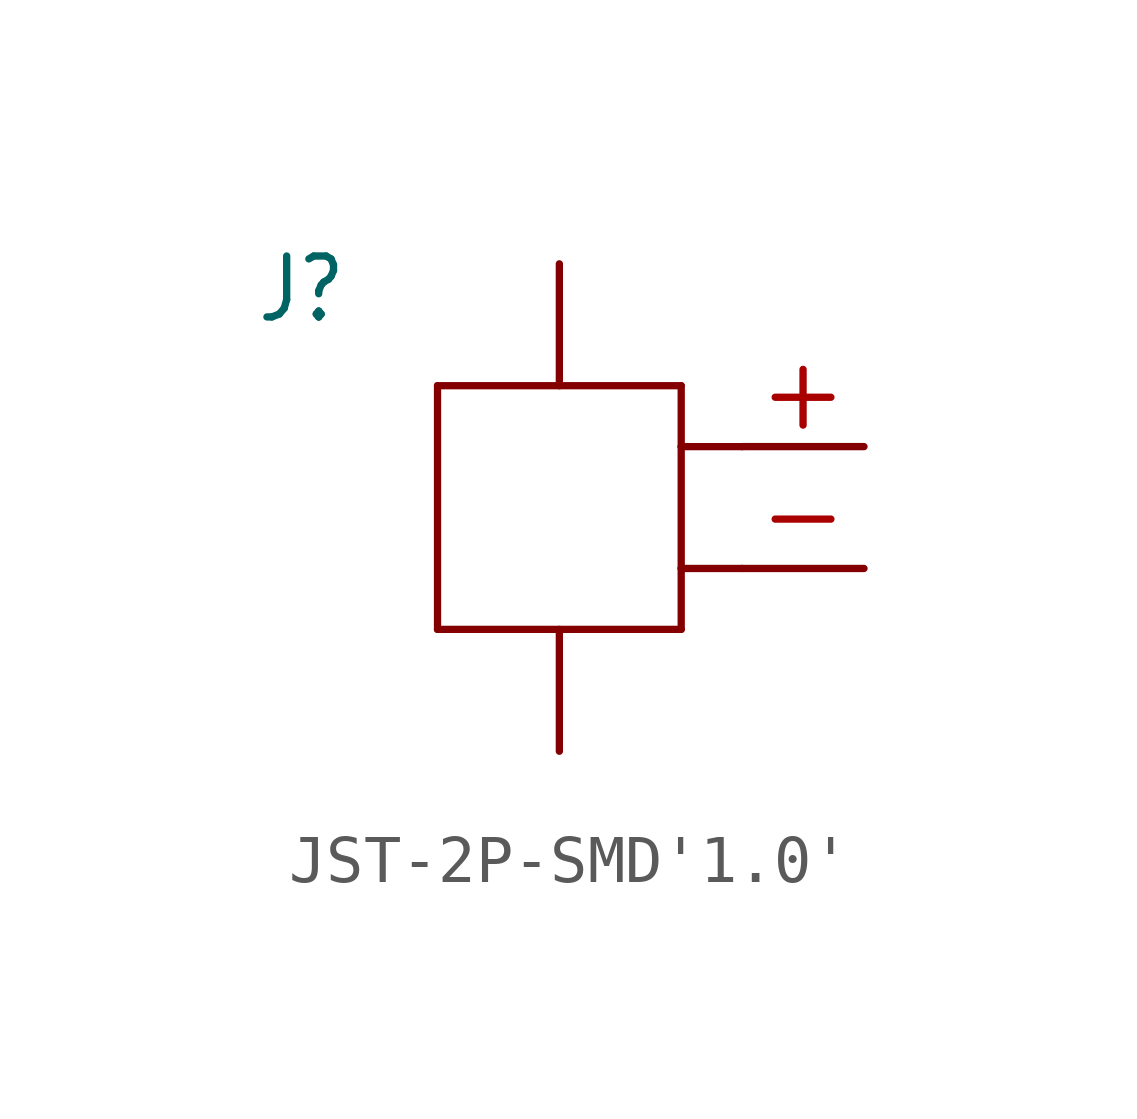
<source format=kicad_sym>
(kicad_symbol_lib
  (version 20241209)
  (generator "kicad_symbol_editor")
  (generator_version "9.0")
  (symbol "JST-2P-SMD'1.0'"
    (property "Reference" "J"
      (at -10.16 3.81 0)
      (effects (font (size 1.27 1.079)) (justify left bottom)))
    (property "Value" ""
      (at -2.54 3.81 0)
      (effects (font (size 1.27 1.079)) (justify left bottom)))
    (property "ki_locked" ""
      (at 0 0 0)
      (effects (font (size 1.27 1.27))))
    (symbol "JST-2P-SMD'1.0'_1_0"
      (polyline (pts (xy -6.35 2.54) (xy -1.27 2.54)) (stroke (width 0.152) (type solid)) (fill (type none)))
      (polyline (pts (xy -6.35 -2.54) (xy -6.35 2.54)) (stroke (width 0.152) (type solid)) (fill (type none)))
      (polyline (pts (xy -1.27 2.54) (xy -1.27 1.27)) (stroke (width 0.152) (type solid)) (fill (type none)))
      (polyline (pts (xy -1.27 1.27) (xy -1.27 -1.27)) (stroke (width 0.152) (type solid)) (fill (type none)))
      (polyline (pts (xy -1.27 -1.27) (xy -1.27 -2.54)) (stroke (width 0.152) (type solid)) (fill (type none)))
      (polyline (pts (xy -1.27 -2.54) (xy -6.35 -2.54)) (stroke (width 0.152) (type solid)) (fill (type none)))
      (polyline (pts (xy 0 1.27) (xy -1.27 1.27)) (stroke (width 0.152) (type solid)) (fill (type none)))
      (polyline (pts (xy 0 -1.27) (xy -1.27 -1.27)) (stroke (width 0.152) (type solid)) (fill (type none)))
      (pin bidirectional line (at -3.81 5.08 270) (length 2.54) (name "4" (effects (font (size 0 0)))) (number "4" (effects (font (size 0 0)))))
      (pin bidirectional line (at -3.81 -5.08 90) (length 2.54) (name "3" (effects (font (size 0 0)))) (number "3" (effects (font (size 0 0)))))
      (pin bidirectional line (at 2.54 1.27 180) (length 2.54) (name "1" (effects (font (size 0 0)))) (number "+" (effects (font (size 1.524 1.524)))))
      (pin bidirectional line (at 2.54 -1.27 180) (length 2.54) (name "2" (effects (font (size 0 0)))) (number "-" (effects (font (size 1.524 1.524))))))))
</source>
